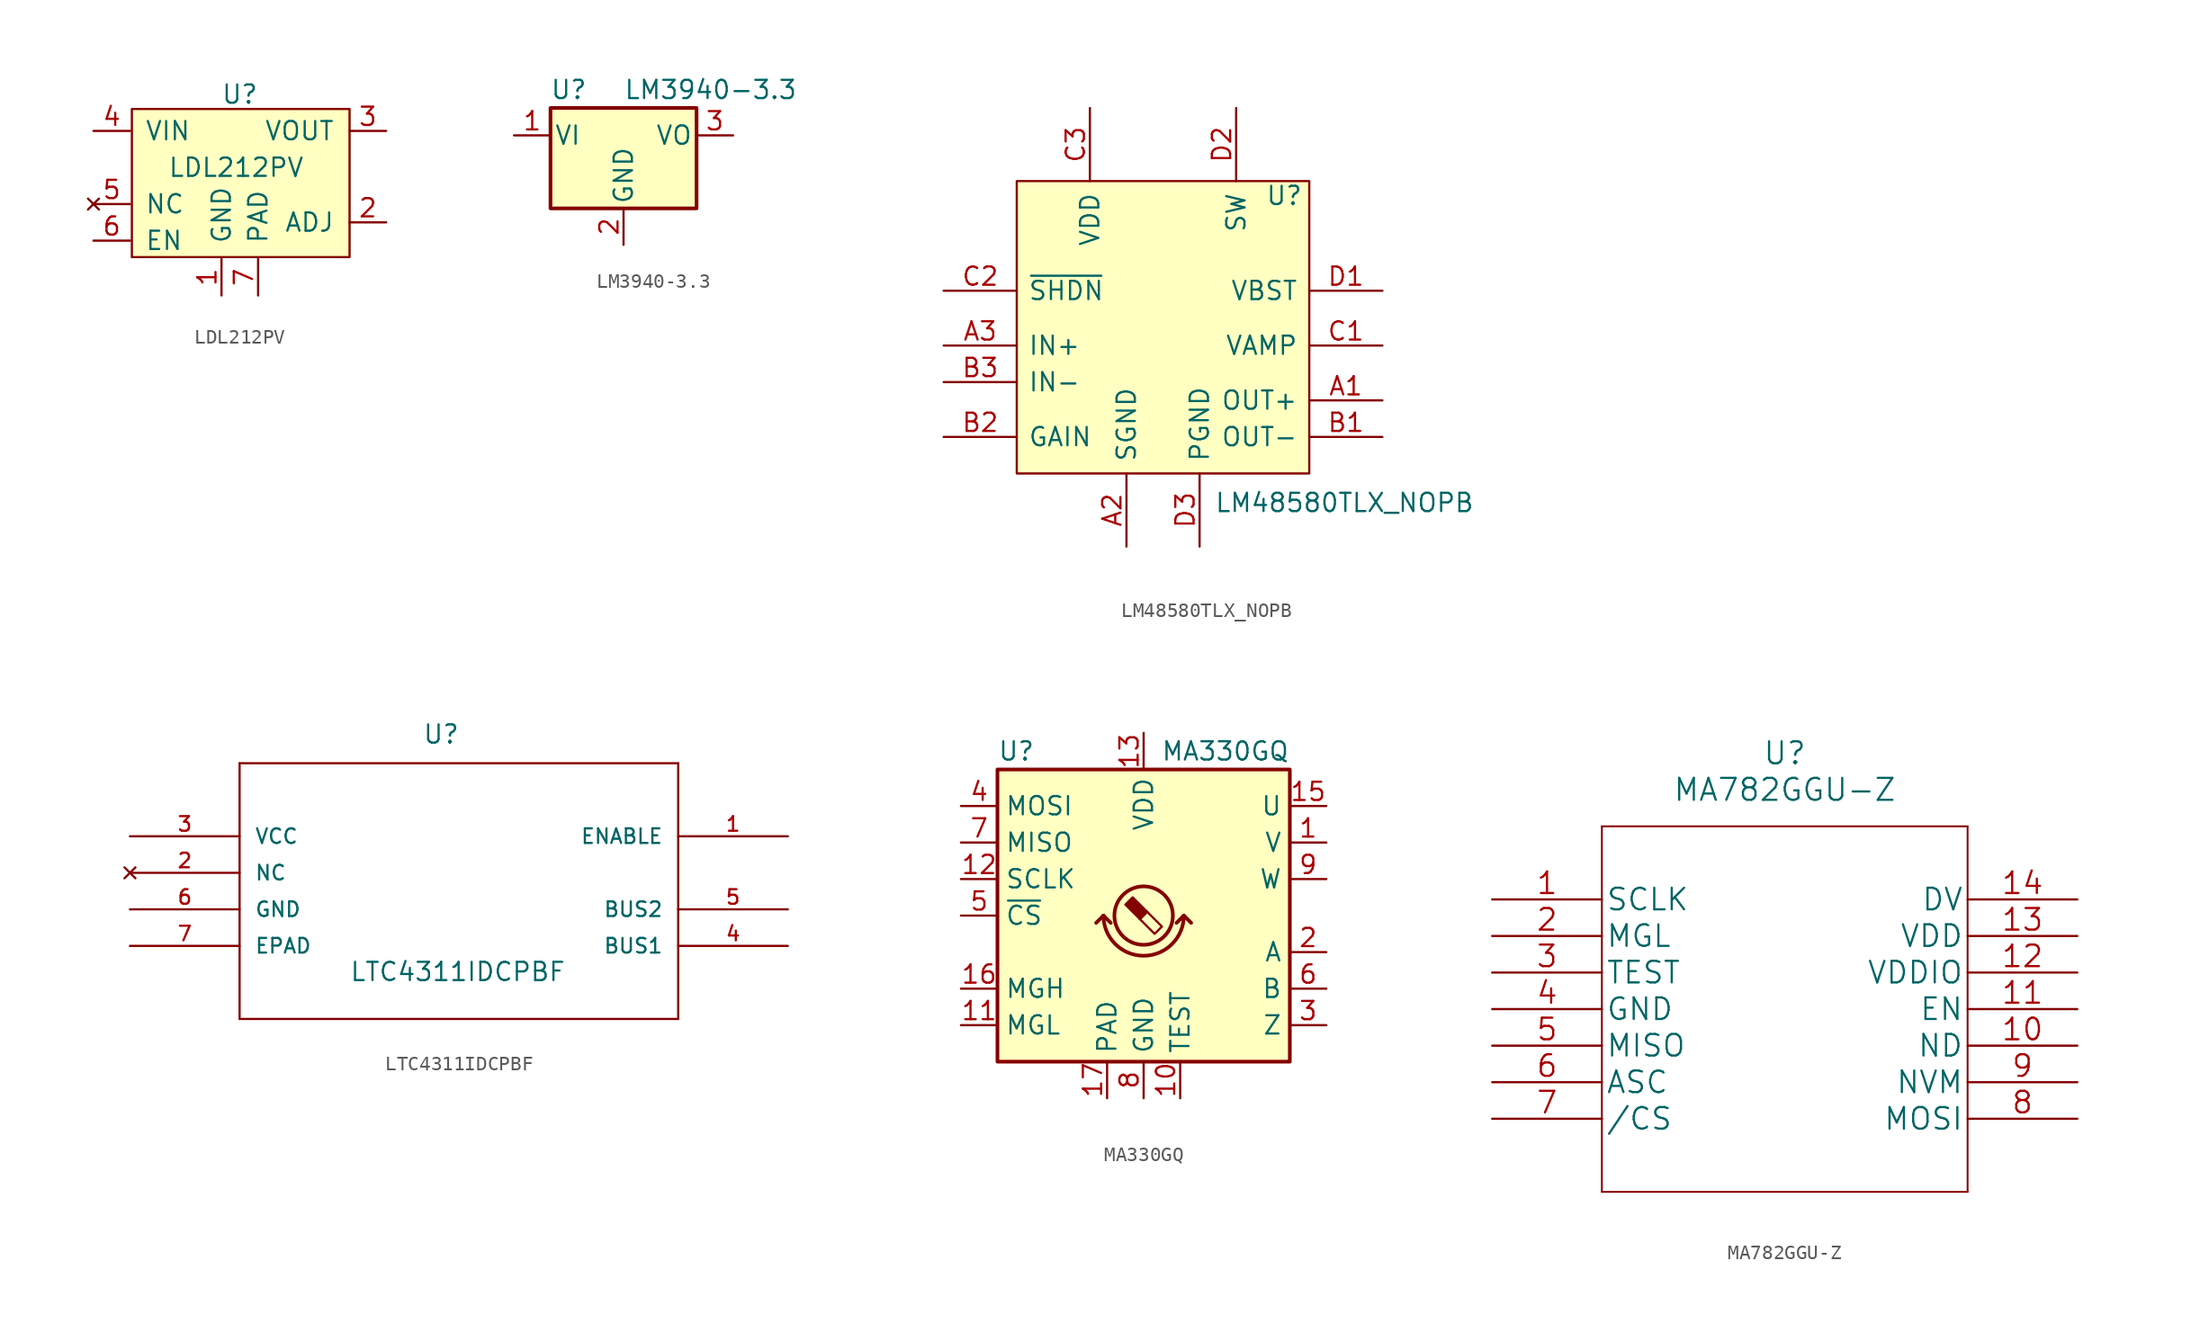
<source format=kicad_sym>
(kicad_symbol_lib
  (version 20231120)
  (generator "kicad_symbol_editor")
  (generator_version "8.0")
  (symbol "LDL212PV"
    (pin_names
      (offset 1.016))
    (property "Reference" "U"
      (at 0 6.35 0)
      (effects (font (size 1.27 1.27))))
    (property "Value" "LDL212PV"
      (at -0.254 1.27 0)
      (effects (font (size 1.27 1.27))))
    (symbol "LDL212PV_0_0"
      (pin power_in line (at -1.27 -7.62 90) (length 2.54) (name "GND" (effects (font (size 1.27 1.27)))) (number "1" (effects (font (size 1.27 1.27)))))
      (pin input line (at 10.16 -2.54 180) (length 2.54) (name "ADJ" (effects (font (size 1.27 1.27)))) (number "2" (effects (font (size 1.27 1.27)))))
      (pin power_in line (at 10.16 3.81 180) (length 2.54) (name "VOUT" (effects (font (size 1.27 1.27)))) (number "3" (effects (font (size 1.27 1.27)))))
      (pin power_in line (at -10.16 3.81 0) (length 2.54) (name "VIN" (effects (font (size 1.27 1.27)))) (number "4" (effects (font (size 1.27 1.27)))))
      (pin no_connect line (at -10.16 -1.27 0) (length 2.54) (name "NC" (effects (font (size 1.27 1.27)))) (number "5" (effects (font (size 1.27 1.27)))))
      (pin input line (at -10.16 -3.81 0) (length 2.54) (name "EN" (effects (font (size 1.27 1.27)))) (number "6" (effects (font (size 1.27 1.27))))))
    (symbol "LDL212PV_0_1"
      (rectangle (start -7.493 5.334) (end 7.62 -4.953) (stroke (width 0) (type default)) (fill (type background))))
    (symbol "LDL212PV_1_1"
      (pin power_in line (at 1.27 -7.62 90) (length 2.54) (name "PAD" (effects (font (size 1.27 1.27)))) (number "7" (effects (font (size 1.27 1.27)))))))
  (symbol "LM3940-3.3"
    (pin_names
      (offset 0.254))
    (property "Reference" "U"
      (at -3.81 3.175 0)
      (effects (font (size 1.27 1.27))))
    (property "Value" "LM3940-3.3"
      (at 0 3.175 0)
      (effects (font (size 1.27 1.27)) (justify left)))
    (symbol "LM3940-3.3_0_1"
      (rectangle (start -5.08 1.905) (end 5.08 -5.08) (stroke (width 0.254) (type default)) (fill (type background))))
    (symbol "LM3940-3.3_1_1"
      (pin power_in line (at -7.62 0 0) (length 2.54) (name "VI" (effects (font (size 1.27 1.27)))) (number "1" (effects (font (size 1.27 1.27)))))
      (pin power_in line (at 0 -7.62 90) (length 2.54) (name "GND" (effects (font (size 1.27 1.27)))) (number "2" (effects (font (size 1.27 1.27)))))
      (pin power_out line (at 7.62 0 180) (length 2.54) (name "VO" (effects (font (size 1.27 1.27)))) (number "3" (effects (font (size 1.27 1.27)))))))
  (symbol "LM48580TLX_NOPB"
    (pin_names
      (offset 0.762))
    (property "Reference" "U"
      (at 7.112 9.144 0)
      (effects (font (size 1.27 1.27)) (justify left)))
    (property "Value" "LM48580TLX_NOPB"
      (at 3.556 -12.192 0)
      (effects (font (size 1.27 1.27)) (justify left)))
    (symbol "LM48580TLX_NOPB_0_0"
      (pin passive line (at 15.24 -5.08 180) (length 5.08) (name "OUT+" (effects (font (size 1.27 1.27)))) (number "A1" (effects (font (size 1.27 1.27)))))
      (pin passive line (at -2.54 -15.24 90) (length 5.08) (name "SGND" (effects (font (size 1.27 1.27)))) (number "A2" (effects (font (size 1.27 1.27)))))
      (pin passive line (at -15.24 -1.27 0) (length 5.08) (name "IN+" (effects (font (size 1.27 1.27)))) (number "A3" (effects (font (size 1.27 1.27)))))
      (pin passive line (at 15.24 -7.62 180) (length 5.08) (name "OUT-" (effects (font (size 1.27 1.27)))) (number "B1" (effects (font (size 1.27 1.27)))))
      (pin passive line (at -15.24 -7.62 0) (length 5.08) (name "GAIN" (effects (font (size 1.27 1.27)))) (number "B2" (effects (font (size 1.27 1.27)))))
      (pin passive line (at -15.24 -3.81 0) (length 5.08) (name "IN-" (effects (font (size 1.27 1.27)))) (number "B3" (effects (font (size 1.27 1.27)))))
      (pin passive line (at 15.24 -1.27 180) (length 5.08) (name "VAMP" (effects (font (size 1.27 1.27)))) (number "C1" (effects (font (size 1.27 1.27)))))
      (pin passive line (at -15.24 2.54 0) (length 5.08) (name "~{SHDN}" (effects (font (size 1.27 1.27)))) (number "C2" (effects (font (size 1.27 1.27)))))
      (pin passive line (at -5.08 15.24 270) (length 5.08) (name "VDD" (effects (font (size 1.27 1.27)))) (number "C3" (effects (font (size 1.27 1.27)))))
      (pin passive line (at 15.24 2.54 180) (length 5.08) (name "VBST" (effects (font (size 1.27 1.27)))) (number "D1" (effects (font (size 1.27 1.27)))))
      (pin passive line (at 5.08 15.24 270) (length 5.08) (name "SW" (effects (font (size 1.27 1.27)))) (number "D2" (effects (font (size 1.27 1.27)))))
      (pin passive line (at 2.54 -15.24 90) (length 5.08) (name "PGND" (effects (font (size 1.27 1.27)))) (number "D3" (effects (font (size 1.27 1.27))))))
    (symbol "LM48580TLX_NOPB_1_1"
      (rectangle (start -10.16 10.16) (end 10.16 -10.16) (stroke (width 0) (type default)) (fill (type background)))))
  (symbol "LTC4311IDCPBF"
    (pin_names
      (offset 1.016))
    (property "Reference" "U"
      (at 20.32 6.35 0)
      (effects (font (size 1.27 1.27)) (justify left bottom)))
    (property "Value" "LTC4311IDCPBF"
      (at 15.24 -10.16 0)
      (effects (font (size 1.27 1.27)) (justify left bottom)))
    (property "ki_locked" ""
      (at 0 0 0)
      (effects (font (size 1.27 1.27))))
    (symbol "LTC4311IDCPBF_0_0"
      (polyline (pts (xy 7.62 -12.7) (xy 38.1 -12.7)) (stroke (width 0.152) (type default)) (fill (type none)))
      (polyline (pts (xy 7.62 5.08) (xy 7.62 -12.7)) (stroke (width 0.152) (type default)) (fill (type none)))
      (polyline (pts (xy 38.1 -12.7) (xy 38.1 5.08)) (stroke (width 0.152) (type default)) (fill (type none)))
      (polyline (pts (xy 38.1 5.08) (xy 7.62 5.08)) (stroke (width 0.152) (type default)) (fill (type none)))
      (pin input line (at 45.72 0 180) (length 7.62) (name "ENABLE" (effects (font (size 1.016 1.016)))) (number "1" (effects (font (size 1.016 1.016)))))
      (pin no_connect line (at 0 -2.54 0) (length 7.62) (name "NC" (effects (font (size 1.016 1.016)))) (number "2" (effects (font (size 1.016 1.016)))))
      (pin power_in line (at 0 0 0) (length 7.62) (name "VCC" (effects (font (size 1.016 1.016)))) (number "3" (effects (font (size 1.016 1.016)))))
      (pin passive line (at 45.72 -7.62 180) (length 7.62) (name "BUS1" (effects (font (size 1.016 1.016)))) (number "4" (effects (font (size 1.016 1.016)))))
      (pin passive line (at 45.72 -5.08 180) (length 7.62) (name "BUS2" (effects (font (size 1.016 1.016)))) (number "5" (effects (font (size 1.016 1.016)))))
      (pin power_in line (at 0 -5.08 0) (length 7.62) (name "GND" (effects (font (size 1.016 1.016)))) (number "6" (effects (font (size 1.016 1.016)))))
      (pin passive line (at 0 -7.62 0) (length 7.62) (name "EPAD" (effects (font (size 1.016 1.016)))) (number "7" (effects (font (size 1.016 1.016)))))))
  (symbol "MA330GQ"
    (property "Reference" "U"
      (at -10.16 11.43 0)
      (effects (font (size 1.27 1.27)) (justify left)))
    (property "Value" "MA330GQ"
      (at 10.16 11.43 0)
      (effects (font (size 1.27 1.27)) (justify right)))
    (symbol "MA330GQ_0_1"
      (rectangle (start -10.16 10.16) (end 10.16 -10.16) (stroke (width 0.254) (type default)) (fill (type background)))
      (arc (start -2.794 0) (mid 0 -2.7819) (end 2.794 0) (stroke (width 0.254) (type default)) (fill (type none)))
      (polyline (pts (xy -2.794 0) (xy -3.302 -0.508)) (stroke (width 0.254) (type default)) (fill (type none)))
      (polyline (pts (xy -2.794 0) (xy -2.286 -0.508)) (stroke (width 0.254) (type default)) (fill (type none)))
      (polyline (pts (xy 2.794 0) (xy 2.286 -0.508)) (stroke (width 0.254) (type default)) (fill (type none)))
      (polyline (pts (xy 2.794 0) (xy 3.302 -0.508)) (stroke (width 0.254) (type default)) (fill (type none))))
    (symbol "MA330GQ_1_1"
      (polyline (pts (xy 0.254 0.254) (xy 1.27 -0.762) (xy 0.762 -1.27) (xy -0.254 -0.254)) (stroke (width 0) (type default)) (fill (type none)))
      (polyline (pts (xy -0.762 1.27) (xy 0.254 0.254) (xy -0.254 -0.254) (xy -1.27 0.762) (xy -1.016 1.016) (xy -0.762 1.27) (xy -0.635 1.143)) (stroke (width 0) (type default)) (fill (type outline)))
      (circle (center 0 0) (radius 2.032) (stroke (width 0.254) (type default)) (fill (type none)))
      (pin output line (at 12.7 5.08 180) (length 2.54) (name "V" (effects (font (size 1.27 1.27)))) (number "1" (effects (font (size 1.27 1.27)))))
      (pin passive line (at 2.54 -12.7 90) (length 2.54) (name "TEST" (effects (font (size 1.27 1.27)))) (number "10" (effects (font (size 1.27 1.27)))))
      (pin output line (at -12.7 -7.62 0) (length 2.54) (name "MGL" (effects (font (size 1.27 1.27)))) (number "11" (effects (font (size 1.27 1.27)))))
      (pin input line (at -12.7 2.54 0) (length 2.54) (name "SCLK" (effects (font (size 1.27 1.27)))) (number "12" (effects (font (size 1.27 1.27)))))
      (pin power_in line (at 0 12.7 270) (length 2.54) (name "VDD" (effects (font (size 1.27 1.27)))) (number "13" (effects (font (size 1.27 1.27)))))
      (pin no_connect line (at 5.08 -10.16 90) (length 2.54) hide (name "NC" (effects (font (size 1.27 1.27)))) (number "14" (effects (font (size 1.27 1.27)))))
      (pin input line (at 12.7 7.62 180) (length 2.54) (name "U" (effects (font (size 1.27 1.27)))) (number "15" (effects (font (size 1.27 1.27)))))
      (pin output line (at -12.7 -5.08 0) (length 2.54) (name "MGH" (effects (font (size 1.27 1.27)))) (number "16" (effects (font (size 1.27 1.27)))))
      (pin input line (at -2.54 -12.7 90) (length 2.54) (name "PAD" (effects (font (size 1.27 1.27)))) (number "17" (effects (font (size 1.27 1.27)))))
      (pin output line (at 12.7 -2.54 180) (length 2.54) (name "A" (effects (font (size 1.27 1.27)))) (number "2" (effects (font (size 1.27 1.27)))))
      (pin output line (at 12.7 -7.62 180) (length 2.54) (name "Z" (effects (font (size 1.27 1.27)))) (number "3" (effects (font (size 1.27 1.27)))))
      (pin input line (at -12.7 7.62 0) (length 2.54) (name "MOSI" (effects (font (size 1.27 1.27)))) (number "4" (effects (font (size 1.27 1.27)))))
      (pin input line (at -12.7 0 0) (length 2.54) (name "~{CS}" (effects (font (size 1.27 1.27)))) (number "5" (effects (font (size 1.27 1.27)))))
      (pin output line (at 12.7 -5.08 180) (length 2.54) (name "B" (effects (font (size 1.27 1.27)))) (number "6" (effects (font (size 1.27 1.27)))))
      (pin output line (at -12.7 5.08 0) (length 2.54) (name "MISO" (effects (font (size 1.27 1.27)))) (number "7" (effects (font (size 1.27 1.27)))))
      (pin power_in line (at 0 -12.7 90) (length 2.54) (name "GND" (effects (font (size 1.27 1.27)))) (number "8" (effects (font (size 1.27 1.27)))))
      (pin output line (at 12.7 2.54 180) (length 2.54) (name "W" (effects (font (size 1.27 1.27)))) (number "9" (effects (font (size 1.27 1.27)))))))
  (symbol "MA782GGU-Z"
    (pin_names
      (offset 0.254))
    (property "Reference" "U"
      (at 20.32 10.16 0)
      (effects (font (size 1.524 1.524))))
    (property "Value" "MA782GGU-Z"
      (at 20.32 7.62 0)
      (effects (font (size 1.524 1.524))))
    (property "Datasheet" ""
      (at 0 0 0)
      (effects (font (size 1.524 1.524))))
    (property "ki_locked" ""
      (at 0 0 0)
      (effects (font (size 1.27 1.27))))
    (symbol "MA782GGU-Z_1_1"
      (polyline (pts (xy 7.62 -20.32) (xy 33.02 -20.32)) (stroke (width 0.127) (type default)) (fill (type none)))
      (polyline (pts (xy 7.62 5.08) (xy 7.62 -20.32)) (stroke (width 0.127) (type default)) (fill (type none)))
      (polyline (pts (xy 33.02 -20.32) (xy 33.02 5.08)) (stroke (width 0.127) (type default)) (fill (type none)))
      (polyline (pts (xy 33.02 5.08) (xy 7.62 5.08)) (stroke (width 0.127) (type default)) (fill (type none)))
      (pin input line (at 0 0 0) (length 7.62) (name "SCLK" (effects (font (size 1.499 1.499)))) (number "1" (effects (font (size 1.499 1.499)))))
      (pin output line (at 40.64 -10.16 180) (length 7.62) (name "ND" (effects (font (size 1.499 1.499)))) (number "10" (effects (font (size 1.499 1.499)))))
      (pin input line (at 40.64 -7.62 180) (length 7.62) (name "EN" (effects (font (size 1.499 1.499)))) (number "11" (effects (font (size 1.499 1.499)))))
      (pin power_in line (at 40.64 -5.08 180) (length 7.62) (name "VDDIO" (effects (font (size 1.499 1.499)))) (number "12" (effects (font (size 1.499 1.499)))))
      (pin power_in line (at 40.64 -2.54 180) (length 7.62) (name "VDD" (effects (font (size 1.499 1.499)))) (number "13" (effects (font (size 1.499 1.499)))))
      (pin output line (at 40.64 0 180) (length 7.62) (name "DV" (effects (font (size 1.499 1.499)))) (number "14" (effects (font (size 1.499 1.499)))))
      (pin output line (at 0 -2.54 0) (length 7.62) (name "MGL" (effects (font (size 1.499 1.499)))) (number "2" (effects (font (size 1.499 1.499)))))
      (pin power_in line (at 0 -5.08 0) (length 7.62) (name "TEST" (effects (font (size 1.499 1.499)))) (number "3" (effects (font (size 1.499 1.499)))))
      (pin power_in line (at 0 -7.62 0) (length 7.62) (name "GND" (effects (font (size 1.499 1.499)))) (number "4" (effects (font (size 1.499 1.499)))))
      (pin output line (at 0 -10.16 0) (length 7.62) (name "MISO" (effects (font (size 1.499 1.499)))) (number "5" (effects (font (size 1.499 1.499)))))
      (pin input line (at 0 -12.7 0) (length 7.62) (name "ASC" (effects (font (size 1.499 1.499)))) (number "6" (effects (font (size 1.499 1.499)))))
      (pin input line (at 0 -15.24 0) (length 7.62) (name "/CS" (effects (font (size 1.499 1.499)))) (number "7" (effects (font (size 1.499 1.499)))))
      (pin output line (at 40.64 -15.24 180) (length 7.62) (name "MOSI" (effects (font (size 1.499 1.499)))) (number "8" (effects (font (size 1.499 1.499)))))
      (pin output line (at 40.64 -12.7 180) (length 7.62) (name "NVM" (effects (font (size 1.499 1.499)))) (number "9" (effects (font (size 1.499 1.499))))))))
</source>
